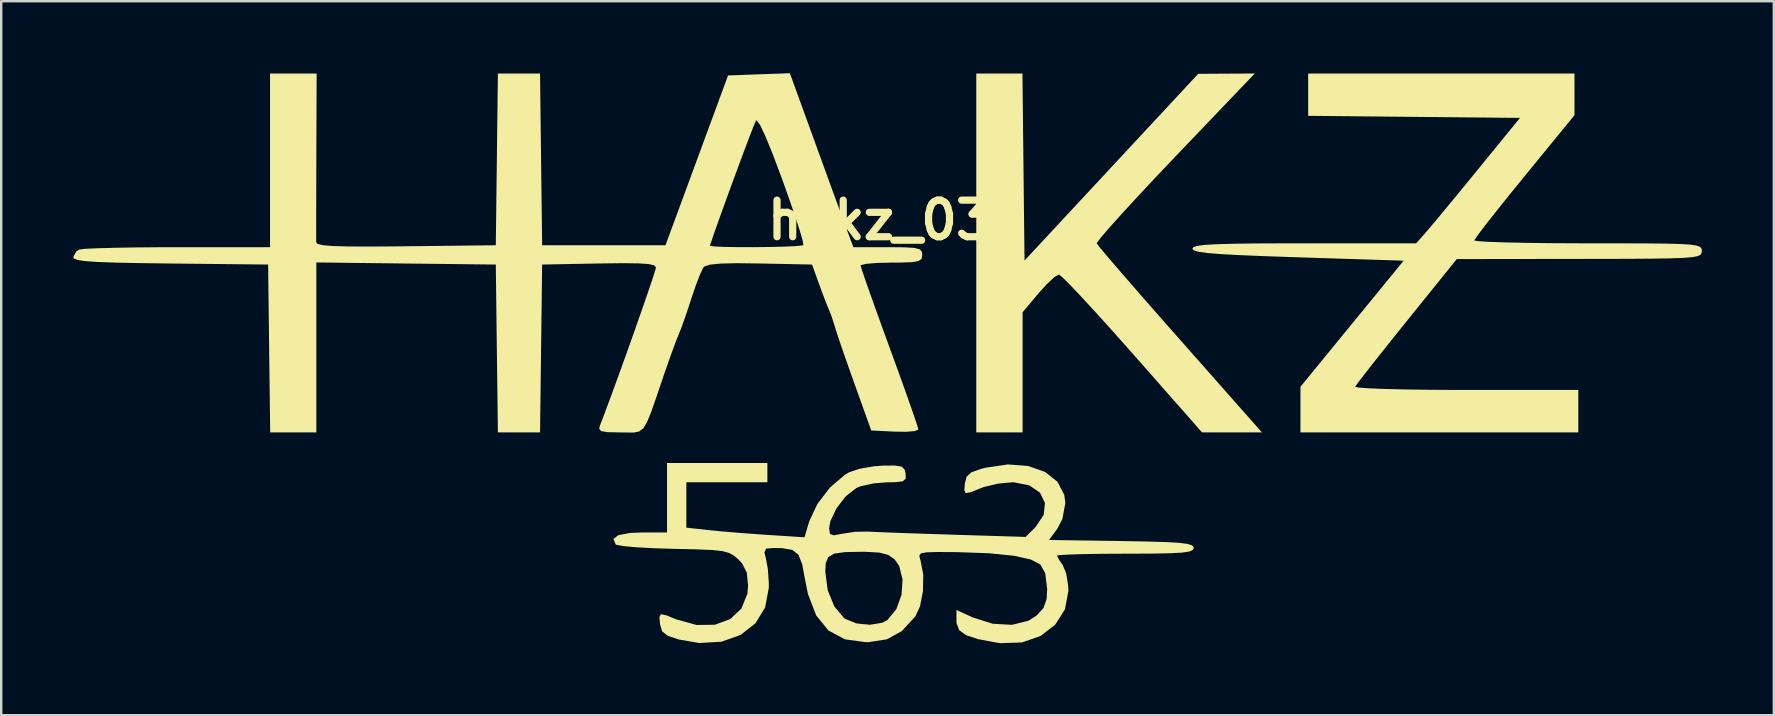
<source format=kicad_pcb>
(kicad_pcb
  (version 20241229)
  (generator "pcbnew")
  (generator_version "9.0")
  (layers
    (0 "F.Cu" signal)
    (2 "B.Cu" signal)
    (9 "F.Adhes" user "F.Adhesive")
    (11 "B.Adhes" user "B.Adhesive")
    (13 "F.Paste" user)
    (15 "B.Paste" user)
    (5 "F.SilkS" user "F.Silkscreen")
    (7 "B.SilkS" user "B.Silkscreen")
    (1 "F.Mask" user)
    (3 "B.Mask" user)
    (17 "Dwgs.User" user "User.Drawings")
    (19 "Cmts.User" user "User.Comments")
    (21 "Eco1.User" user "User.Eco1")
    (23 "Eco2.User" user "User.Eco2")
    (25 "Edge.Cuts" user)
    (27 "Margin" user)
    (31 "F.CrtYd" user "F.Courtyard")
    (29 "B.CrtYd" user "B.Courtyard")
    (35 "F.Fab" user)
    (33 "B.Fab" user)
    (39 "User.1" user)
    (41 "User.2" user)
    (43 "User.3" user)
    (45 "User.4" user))
  (footprint "hakz_03"
    (layer "F.Cu")
    (at 33.599 6.121)
    (property "Reference" "hakz_03" (at 0 0 0) (layer "F.SilkS") (effects (font (size 1.524 1.524) (thickness 0.3))))
    (attr board_only exclude_from_pos_files exclude_from_bom)
    (fp_poly (pts (xy 6.028 1.683) (xy 9.646 -2.207) (xy 13.263 -6.096) (xy 14.441 -6.103) (xy 15.619 -6.109) (xy 12.302 -2.639) (xy 11.469 -1.762) (xy 10.717 -0.957) (xy 10.071 -0.254) (xy 9.558 0.317) (xy 9.207 0.726) (xy 9.042 0.945) (xy 9.034 0.97) (xy 9.149 1.12) (xy 9.451 1.481) (xy 9.916 2.022) (xy 10.517 2.715) (xy 11.228 3.53) (xy 12.024 4.436) (xy 12.5 4.975) (xy 15.918 8.842) (xy 14.671 8.841) (xy 13.423 8.841) (xy 10.53 5.556) (xy 9.762 4.692) (xy 9.058 3.911) (xy 8.447 3.247) (xy 7.958 2.729) (xy 7.62 2.391) (xy 7.463 2.262) (xy 7.46 2.261) (xy 7.273 2.37) (xy 6.958 2.665) (xy 6.616 3.043) (xy 5.948 3.836) (xy 5.948 8.842) (xy 4.019 8.842) (xy 4.019 -6.109) (xy 5.942 -6.109)) (stroke (width 0) (type solid)) (fill yes) (layer "F.SilkS"))
    (fp_poly (pts (xy 28.937 -4.372) (xy 26.853 -1.824) (xy 26.224 -1.05) (xy 25.671 -0.359) (xy 25.223 0.21) (xy 24.913 0.619) (xy 24.769 0.828) (xy 24.763 0.844) (xy 24.915 0.874) (xy 25.35 0.902) (xy 26.027 0.926) (xy 26.907 0.945) (xy 27.95 0.958) (xy 29.117 0.964) (xy 29.499 0.965) (xy 30.857 0.965) (xy 31.927 0.969) (xy 32.744 0.977) (xy 33.342 0.993) (xy 33.756 1.019) (xy 34.018 1.057) (xy 34.164 1.11) (xy 34.227 1.179) (xy 34.242 1.267) (xy 34.242 1.286) (xy 34.233 1.375) (xy 34.183 1.446) (xy 34.061 1.501) (xy 33.833 1.542) (xy 33.466 1.571) (xy 32.927 1.591) (xy 32.184 1.603) (xy 31.202 1.61) (xy 29.951 1.613) (xy 29.138 1.614) (xy 24.034 1.621) (xy 21.944 4.212) (xy 21.314 4.997) (xy 20.755 5.699) (xy 20.297 6.28) (xy 19.973 6.699) (xy 19.812 6.919) (xy 19.8 6.939) (xy 19.94 6.973) (xy 20.363 7.004) (xy 21.028 7.031) (xy 21.897 7.052) (xy 22.93 7.066) (xy 24.088 7.073) (xy 24.422 7.073) (xy 29.097 7.073) (xy 29.097 8.842) (xy 17.523 8.842) (xy 17.523 6.94) (xy 19.672 4.314) (xy 21.821 1.688) (xy 17.421 1.547) (xy 16.077 1.501) (xy 15.024 1.458) (xy 14.23 1.415) (xy 13.664 1.37) (xy 13.294 1.32) (xy 13.091 1.262) (xy 13.022 1.194) (xy 13.022 1.185) (xy 13.07 1.12) (xy 13.236 1.069) (xy 13.551 1.029) (xy 14.046 1.001) (xy 14.753 0.982) (xy 15.702 0.97) (xy 16.925 0.965) (xy 17.682 0.965) (xy 22.343 0.965) (xy 22.734 0.522) (xy 22.965 0.252) (xy 23.355 -0.216) (xy 23.863 -0.83) (xy 24.446 -1.538) (xy 24.897 -2.09) (xy 26.668 -4.26) (xy 22.256 -4.303) (xy 17.844 -4.346) (xy 17.844 -6.109) (xy 28.937 -6.109)) (stroke (width 0) (type solid)) (fill yes) (layer "F.SilkS"))
    (fp_poly (pts (xy -2.737 -3.342) (xy -2.39 -2.387) (xy -2.058 -1.474) (xy -1.765 -0.671) (xy -1.536 -0.047) (xy -1.415 0.281) (xy -1.102 1.125) (xy 0.333 1.125) (xy 1.017 1.131) (xy 1.441 1.156) (xy 1.667 1.216) (xy 1.755 1.323) (xy 1.768 1.447) (xy 1.742 1.607) (xy 1.618 1.703) (xy 1.333 1.751) (xy 0.821 1.767) (xy 0.482 1.768) (xy -0.115 1.782) (xy -0.564 1.819) (xy -0.789 1.872) (xy -0.802 1.889) (xy -0.748 2.069) (xy -0.599 2.505) (xy -0.371 3.153) (xy -0.08 3.965) (xy 0.258 4.898) (xy 0.404 5.297) (xy 0.757 6.266) (xy 1.069 7.135) (xy 1.324 7.857) (xy 1.506 8.388) (xy 1.599 8.68) (xy 1.608 8.721) (xy 1.462 8.785) (xy 1.082 8.816) (xy 0.625 8.809) (xy -0.357 8.761) (xy -1.077 6.752) (xy -1.352 5.976) (xy -1.592 5.288) (xy -1.772 4.755) (xy -1.87 4.445) (xy -1.876 4.421) (xy -2.013 3.994) (xy -2.1 3.778) (xy -2.237 3.442) (xy -2.426 2.945) (xy -2.533 2.653) (xy -2.823 1.849) (xy -5.005 1.804) (xy -5.963 1.793) (xy -6.64 1.809) (xy -7.073 1.852) (xy -7.303 1.927) (xy -7.345 1.965) (xy -7.469 2.213) (xy -7.649 2.673) (xy -7.846 3.25) (xy -7.86 3.296) (xy -8.059 3.898) (xy -8.24 4.414) (xy -8.367 4.735) (xy -8.37 4.742) (xy -8.489 5.036) (xy -8.677 5.544) (xy -8.9 6.174) (xy -8.989 6.43) (xy -9.295 7.335) (xy -9.52 7.982) (xy -9.696 8.414) (xy -9.854 8.673) (xy -10.028 8.803) (xy -10.249 8.846) (xy -10.55 8.845) (xy -10.804 8.842) (xy -11.336 8.831) (xy -11.61 8.787) (xy -11.69 8.686) (xy -11.659 8.56) (xy -11.445 7.999) (xy -11.176 7.274) (xy -10.871 6.439) (xy -10.549 5.545) (xy -10.23 4.648) (xy -9.932 3.8) (xy -9.674 3.054) (xy -9.474 2.465) (xy -9.353 2.084) (xy -9.324 1.969) (xy -9.391 1.886) (xy -9.618 1.83) (xy -10.046 1.8) (xy -10.714 1.792) (xy -11.662 1.804) (xy -11.695 1.804) (xy -14.066 1.849) (xy -14.153 8.842) (xy -15.909 8.842) (xy -15.996 1.849) (xy -19.733 1.806) (xy -23.471 1.762) (xy -23.471 8.842) (xy -25.394 8.842) (xy -25.48 1.849) (xy -29.54 1.806) (xy -30.82 1.789) (xy -31.812 1.769) (xy -32.548 1.743) (xy -33.062 1.709) (xy -33.386 1.665) (xy -33.554 1.608) (xy -33.599 1.542) (xy -33.469 1.299) (xy -33.344 1.223) (xy -33.117 1.195) (xy -32.617 1.171) (xy -31.89 1.151) (xy -30.986 1.136) (xy -29.953 1.127) (xy -29.245 1.125) (xy -25.4 1.125) (xy -25.4 -6.109) (xy -23.46 -6.109) (xy -23.471 -2.693) (xy -23.474 -1.668) (xy -23.476 -0.747) (xy -23.478 0.02) (xy -23.478 0.583) (xy -23.477 0.891) (xy -23.477 0.927) (xy -23.409 0.994) (xy -23.187 1.044) (xy -22.782 1.077) (xy -22.159 1.095) (xy -21.288 1.1) (xy -20.137 1.092) (xy -19.733 1.088) (xy -17.67 1.064) (xy -7.073 1.064) (xy -6.925 1.093) (xy -6.531 1.113) (xy -5.967 1.123) (xy -5.307 1.125) (xy -4.627 1.118) (xy -4.003 1.104) (xy -3.511 1.082) (xy -3.224 1.054) (xy -3.184 1.04) (xy -3.209 0.869) (xy -3.33 0.447) (xy -3.532 -0.176) (xy -3.798 -0.95) (xy -4.068 -1.705) (xy -4.45 -2.724) (xy -4.758 -3.48) (xy -4.985 -3.962) (xy -5.127 -4.155) (xy -5.161 -4.143) (xy -5.249 -3.938) (xy -5.419 -3.5) (xy -5.649 -2.89) (xy -5.918 -2.168) (xy -6.202 -1.398) (xy -6.479 -0.638) (xy -6.726 0.049) (xy -6.922 0.602) (xy -7.044 0.961) (xy -7.073 1.064) (xy -17.67 1.064) (xy -15.996 1.045) (xy -15.952 -2.532) (xy -15.909 -6.109) (xy -14.153 -6.109) (xy -14.11 -2.532) (xy -14.066 1.045) (xy -8.927 1.045) (xy -6.321 -6.028) (xy -5.033 -6.075) (xy -3.746 -6.121)) (stroke (width 0) (type solid)) (fill yes) (layer "F.SilkS"))
    (fp_poly (pts (xy -4.683 10.919) (xy -8.059 10.919) (xy -8.059 12.809) (xy -7.135 12.91) (xy -6.541 12.968) (xy -5.765 13.033) (xy -4.943 13.093) (xy -4.674 13.111) (xy -3.138 13.21) (xy -2.939 12.544) (xy -2.6 11.821) (xy -2.071 11.133) (xy -1.452 10.604) (xy -1.272 10.5) (xy -0.842 10.356) (xy -0.254 10.254) (xy 0.11 10.226) (xy 0.631 10.221) (xy 0.913 10.267) (xy 1.037 10.393) (xy 1.075 10.558) (xy 1.078 10.77) (xy 0.957 10.878) (xy 0.638 10.916) (xy 0.304 10.919) (xy -0.279 10.967) (xy -0.804 11.086) (xy -0.978 11.157) (xy -1.418 11.503) (xy -1.806 12.005) (xy -2.059 12.539) (xy -2.111 12.84) (xy -2.077 13.073) (xy -1.912 13.129) (xy -1.588 13.066) (xy -1.038 12.983) (xy -0.503 12.973) (xy -0.164 12.989) (xy 0.433 13.013) (xy 1.226 13.042) (xy 2.151 13.073) (xy 3.068 13.103) (xy 6.077 13.195) (xy 6.484 12.788) (xy 6.828 12.278) (xy 6.881 11.781) (xy 6.672 11.353) (xy 6.23 11.047) (xy 5.582 10.92) (xy 5.52 10.919) (xy 4.915 10.976) (xy 4.329 11.117) (xy 4.214 11.161) (xy 3.78 11.336) (xy 3.573 11.369) (xy 3.52 11.239) (xy 3.545 10.96) (xy 3.618 10.683) (xy 3.813 10.505) (xy 4.215 10.362) (xy 4.4 10.313) (xy 5.335 10.175) (xy 6.178 10.239) (xy 6.881 10.486) (xy 7.399 10.894) (xy 7.685 11.443) (xy 7.728 11.788) (xy 7.605 12.451) (xy 7.388 12.864) (xy 7.048 13.324) (xy 10.064 13.367) (xy 11.137 13.386) (xy 11.928 13.41) (xy 12.477 13.442) (xy 12.825 13.487) (xy 13.012 13.548) (xy 13.079 13.629) (xy 13.081 13.652) (xy 13.04 13.74) (xy 12.89 13.804) (xy 12.588 13.848) (xy 12.095 13.875) (xy 11.368 13.889) (xy 10.365 13.893) (xy 10.227 13.893) (xy 9.31 13.898) (xy 8.516 13.91) (xy 7.896 13.928) (xy 7.5 13.951) (xy 7.379 13.974) (xy 7.469 14.15) (xy 7.62 14.366) (xy 7.765 14.717) (xy 7.848 15.231) (xy 7.856 15.446) (xy 7.711 16.214) (xy 7.307 16.851) (xy 6.695 17.322) (xy 5.922 17.59) (xy 5.037 17.621) (xy 4.889 17.601) (xy 4.103 17.455) (xy 3.591 17.288) (xy 3.305 17.075) (xy 3.198 16.792) (xy 3.194 16.702) (xy 3.194 16.24) (xy 3.877 16.55) (xy 4.706 16.812) (xy 5.505 16.857) (xy 6.191 16.687) (xy 6.521 16.48) (xy 6.819 16.157) (xy 6.949 15.781) (xy 6.972 15.36) (xy 6.891 14.708) (xy 6.694 14.35) (xy 6.294 14.136) (xy 5.578 13.978) (xy 4.547 13.875) (xy 3.202 13.828) (xy 3.063 13.827) (xy 2.365 13.823) (xy 1.933 13.837) (xy 1.711 13.883) (xy 1.645 13.974) (xy 1.679 14.126) (xy 1.696 14.175) (xy 1.81 14.765) (xy 1.799 15.449) (xy 1.675 16.087) (xy 1.48 16.507) (xy 0.915 17.118) (xy 0.298 17.459) (xy -0.462 17.578) (xy -0.584 17.579) (xy -1.454 17.46) (xy -2.139 17.093) (xy -2.648 16.469) (xy -2.992 15.577) (xy -3.113 14.978) (xy -3.176 14.639) (xy -2.272 14.639) (xy -2.17 15.414) (xy -1.893 16.095) (xy -1.485 16.579) (xy -1.449 16.605) (xy -0.978 16.798) (xy -0.408 16.854) (xy 0.11 16.768) (xy 0.314 16.661) (xy 0.688 16.208) (xy 0.904 15.608) (xy 0.948 14.97) (xy 0.808 14.404) (xy 0.622 14.135) (xy 0.358 13.946) (xy -0.018 13.847) (xy -0.6 13.814) (xy -0.731 13.813) (xy -1.446 13.827) (xy -1.898 13.89) (xy -2.147 14.035) (xy -2.252 14.291) (xy -2.272 14.639) (xy -3.176 14.639) (xy -3.234 14.329) (xy -3.39 13.936) (xy -3.646 13.736) (xy -4.065 13.663) (xy -4.419 13.655) (xy -4.736 13.682) (xy -4.808 13.834) (xy -4.744 14.094) (xy -4.664 14.529) (xy -4.624 15.097) (xy -4.623 15.311) (xy -4.777 16.133) (xy -5.184 16.797) (xy -5.804 17.28) (xy -6.597 17.56) (xy -7.524 17.614) (xy -8.38 17.466) (xy -8.839 17.312) (xy -9.067 17.128) (xy -9.153 16.842) (xy -9.155 16.827) (xy -9.18 16.53) (xy -9.116 16.415) (xy -8.891 16.461) (xy -8.486 16.626) (xy -7.636 16.863) (xy -6.869 16.853) (xy -6.23 16.618) (xy -5.764 16.179) (xy -5.515 15.558) (xy -5.487 15.22) (xy -5.541 14.676) (xy -5.742 14.29) (xy -5.901 14.122) (xy -6.083 13.968) (xy -6.284 13.859) (xy -6.561 13.787) (xy -6.976 13.741) (xy -7.585 13.714) (xy -8.45 13.694) (xy -8.587 13.691) (xy -9.416 13.666) (xy -10.13 13.627) (xy -10.668 13.577) (xy -10.968 13.523) (xy -11.004 13.504) (xy -11.098 13.283) (xy -10.892 13.122) (xy -10.403 13.029) (xy -9.898 13.009) (xy -8.863 13.009) (xy -8.863 10.116) (xy -4.683 10.116)) (stroke (width 0) (type solid)) (fill yes) (layer "F.SilkS")))
  (gr_rect
    (start -3 -3)
    (end 70.841 26.742)
    (stroke (width 0.1) (type default))
    (fill no)
    (layer "Edge.Cuts")))
</source>
